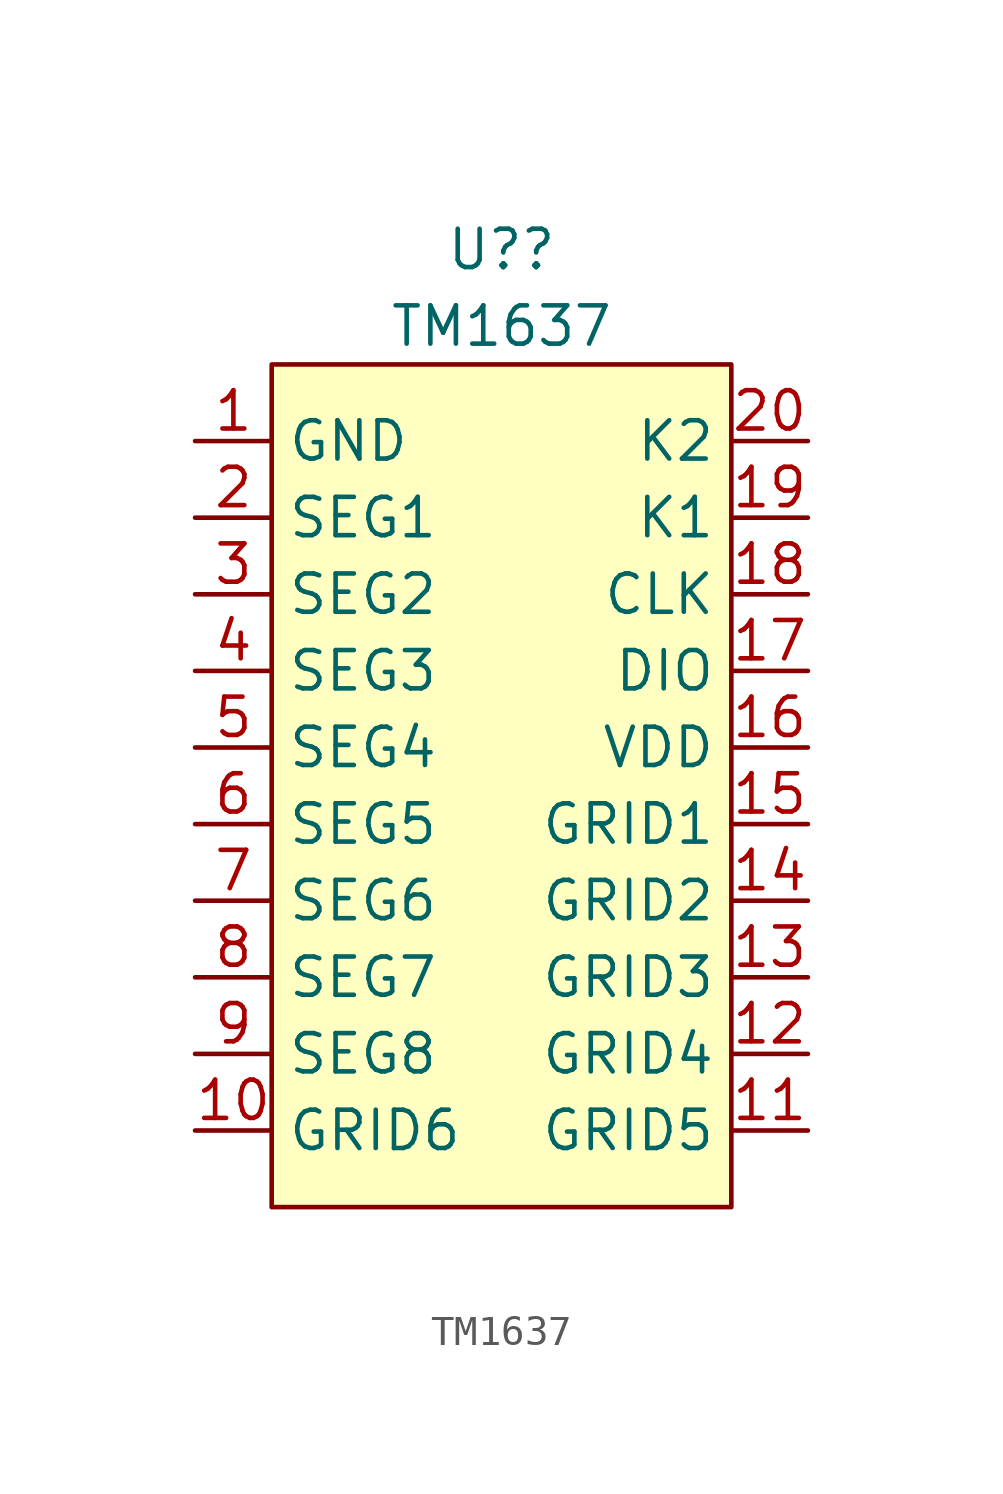
<source format=kicad_sym>
(kicad_symbol_lib
  (version 20211014)
  (generator kicad_symbol_editor)
  (symbol "TM1637"
    (property "Reference" "U?"
      (at 0 17.78 0)
      (effects (font (size 1.27 1.27))))
    (property "Value" "TM1637"
      (at 0 15.24 0)
      (effects (font (size 1.27 1.27))))
    (symbol "TM1637_0_1"
      (rectangle (start -7.62 13.97) (end 7.62 -13.97) (stroke (width 0) (type default) (color 0 0 0 0)) (fill (type background))))
    (symbol "TM1637_1_1"
      (pin power_in line (at -10.16 11.43 0) (length 2.54) (name "GND" (effects (font (size 1.27 1.27)))) (number "1" (effects (font (size 1.27 1.27)))))
      (pin output line (at -10.16 -11.43 0) (length 2.54) (name "GRID6" (effects (font (size 1.27 1.27)))) (number "10" (effects (font (size 1.27 1.27)))))
      (pin output line (at 10.16 -11.43 180) (length 2.54) (name "GRID5" (effects (font (size 1.27 1.27)))) (number "11" (effects (font (size 1.27 1.27)))))
      (pin output line (at 10.16 -8.89 180) (length 2.54) (name "GRID4" (effects (font (size 1.27 1.27)))) (number "12" (effects (font (size 1.27 1.27)))))
      (pin output line (at 10.16 -6.35 180) (length 2.54) (name "GRID3" (effects (font (size 1.27 1.27)))) (number "13" (effects (font (size 1.27 1.27)))))
      (pin output line (at 10.16 -3.81 180) (length 2.54) (name "GRID2" (effects (font (size 1.27 1.27)))) (number "14" (effects (font (size 1.27 1.27)))))
      (pin output line (at 10.16 -1.27 180) (length 2.54) (name "GRID1" (effects (font (size 1.27 1.27)))) (number "15" (effects (font (size 1.27 1.27)))))
      (pin power_in line (at 10.16 1.27 180) (length 2.54) (name "VDD" (effects (font (size 1.27 1.27)))) (number "16" (effects (font (size 1.27 1.27)))))
      (pin input line (at 10.16 3.81 180) (length 2.54) (name "DIO" (effects (font (size 1.27 1.27)))) (number "17" (effects (font (size 1.27 1.27)))))
      (pin input line (at 10.16 6.35 180) (length 2.54) (name "CLK" (effects (font (size 1.27 1.27)))) (number "18" (effects (font (size 1.27 1.27)))))
      (pin input line (at 10.16 8.89 180) (length 2.54) (name "K1" (effects (font (size 1.27 1.27)))) (number "19" (effects (font (size 1.27 1.27)))))
      (pin output line (at -10.16 8.89 0) (length 2.54) (name "SEG1" (effects (font (size 1.27 1.27)))) (number "2" (effects (font (size 1.27 1.27)))))
      (pin input line (at 10.16 11.43 180) (length 2.54) (name "K2" (effects (font (size 1.27 1.27)))) (number "20" (effects (font (size 1.27 1.27)))))
      (pin output line (at -10.16 6.35 0) (length 2.54) (name "SEG2" (effects (font (size 1.27 1.27)))) (number "3" (effects (font (size 1.27 1.27)))))
      (pin output line (at -10.16 3.81 0) (length 2.54) (name "SEG3" (effects (font (size 1.27 1.27)))) (number "4" (effects (font (size 1.27 1.27)))))
      (pin output line (at -10.16 1.27 0) (length 2.54) (name "SEG4" (effects (font (size 1.27 1.27)))) (number "5" (effects (font (size 1.27 1.27)))))
      (pin output line (at -10.16 -1.27 0) (length 2.54) (name "SEG5" (effects (font (size 1.27 1.27)))) (number "6" (effects (font (size 1.27 1.27)))))
      (pin output line (at -10.16 -3.81 0) (length 2.54) (name "SEG6" (effects (font (size 1.27 1.27)))) (number "7" (effects (font (size 1.27 1.27)))))
      (pin output line (at -10.16 -6.35 0) (length 2.54) (name "SEG7" (effects (font (size 1.27 1.27)))) (number "8" (effects (font (size 1.27 1.27)))))
      (pin output line (at -10.16 -8.89 0) (length 2.54) (name "SEG8" (effects (font (size 1.27 1.27)))) (number "9" (effects (font (size 1.27 1.27))))))))
</source>
